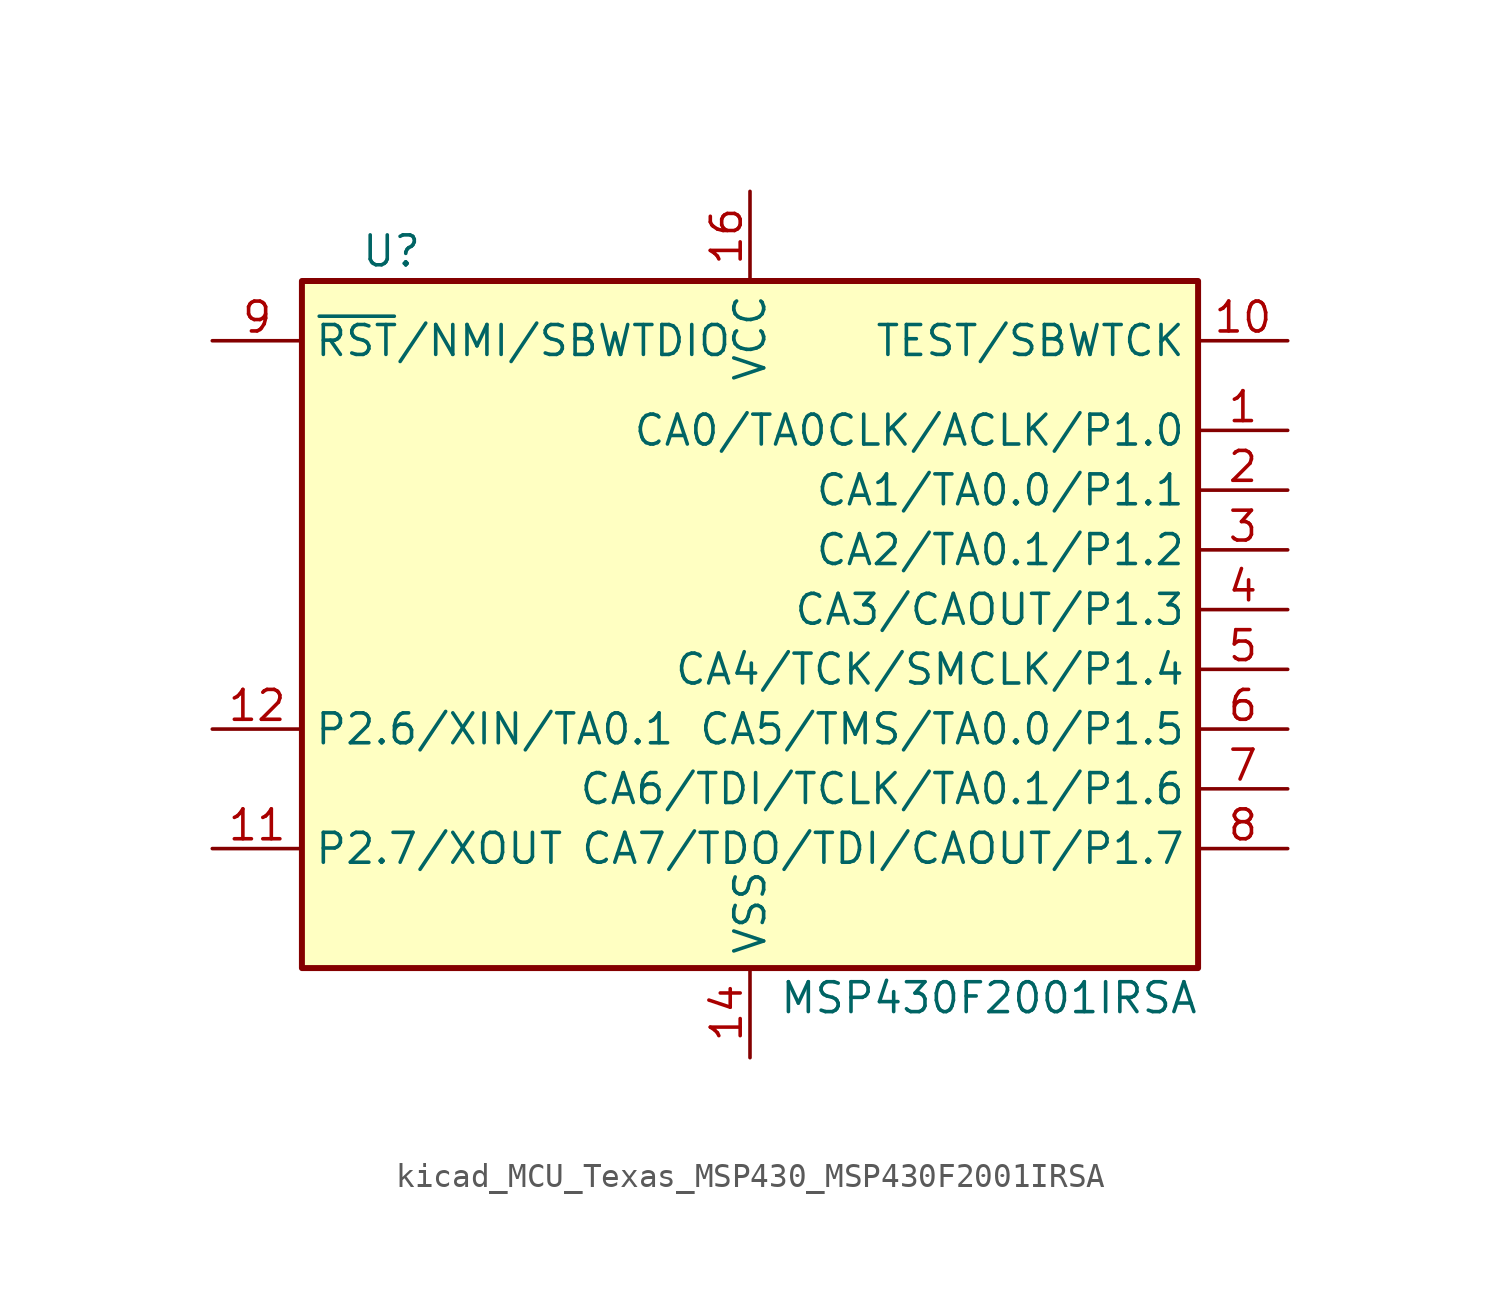
<source format=kicad_sym>
(kicad_symbol_lib
  (version 20220914)
  (generator kicad_symbol_editor)
  (symbol "kicad_MCU_Texas_MSP430_MSP430F2001IRSA"
    (property "Reference" "U"
      (at -15.24 15.24 0)
      (effects (font (size 1.27 1.27))))
    (property "Value" "MSP430F2001IRSA"
      (at 10.16 -16.51 0)
      (effects (font (size 1.27 1.27))))
    (symbol "kicad_MCU_Texas_MSP430_MSP430F2001IRSA_0_1"
      (rectangle (start -19.05 13.97) (end 19.05 -15.24) (stroke (width 0.254) (type default)) (fill (type background))))
    (symbol "kicad_MCU_Texas_MSP430_MSP430F2001IRSA_1_1"
      (pin bidirectional line (at 22.86 7.62 180) (length 3.81) (name "CA0/TA0CLK/ACLK/P1.0" (effects (font (size 1.27 1.27)))) (number "1" (effects (font (size 1.27 1.27)))))
      (pin input line (at 22.86 11.43 180) (length 3.81) (name "TEST/SBWTCK" (effects (font (size 1.27 1.27)))) (number "10" (effects (font (size 1.27 1.27)))))
      (pin bidirectional line (at -22.86 -10.16 0) (length 3.81) (name "P2.7/XOUT" (effects (font (size 1.27 1.27)))) (number "11" (effects (font (size 1.27 1.27)))))
      (pin bidirectional line (at -22.86 -5.08 0) (length 3.81) (name "P2.6/XIN/TA0.1" (effects (font (size 1.27 1.27)))) (number "12" (effects (font (size 1.27 1.27)))))
      (pin power_in line (at 0 -19.05 90) (length 3.81) (name "VSS" (effects (font (size 1.27 1.27)))) (number "14" (effects (font (size 1.27 1.27)))))
      (pin power_in line (at 0 17.78 270) (length 3.81) (name "VCC" (effects (font (size 1.27 1.27)))) (number "16" (effects (font (size 1.27 1.27)))))
      (pin bidirectional line (at 22.86 5.08 180) (length 3.81) (name "CA1/TA0.0/P1.1" (effects (font (size 1.27 1.27)))) (number "2" (effects (font (size 1.27 1.27)))))
      (pin bidirectional line (at 22.86 2.54 180) (length 3.81) (name "CA2/TA0.1/P1.2" (effects (font (size 1.27 1.27)))) (number "3" (effects (font (size 1.27 1.27)))))
      (pin bidirectional line (at 22.86 0 180) (length 3.81) (name "CA3/CAOUT/P1.3" (effects (font (size 1.27 1.27)))) (number "4" (effects (font (size 1.27 1.27)))))
      (pin bidirectional line (at 22.86 -2.54 180) (length 3.81) (name "CA4/TCK/SMCLK/P1.4" (effects (font (size 1.27 1.27)))) (number "5" (effects (font (size 1.27 1.27)))))
      (pin bidirectional line (at 22.86 -5.08 180) (length 3.81) (name "CA5/TMS/TA0.0/P1.5" (effects (font (size 1.27 1.27)))) (number "6" (effects (font (size 1.27 1.27)))))
      (pin bidirectional line (at 22.86 -7.62 180) (length 3.81) (name "CA6/TDI/TCLK/TA0.1/P1.6" (effects (font (size 1.27 1.27)))) (number "7" (effects (font (size 1.27 1.27)))))
      (pin bidirectional line (at 22.86 -10.16 180) (length 3.81) (name "CA7/TDO/TDI/CAOUT/P1.7" (effects (font (size 1.27 1.27)))) (number "8" (effects (font (size 1.27 1.27)))))
      (pin input line (at -22.86 11.43 0) (length 3.81) (name "~{RST}/NMI/SBWTDIO" (effects (font (size 1.27 1.27)))) (number "9" (effects (font (size 1.27 1.27))))))))
</source>
